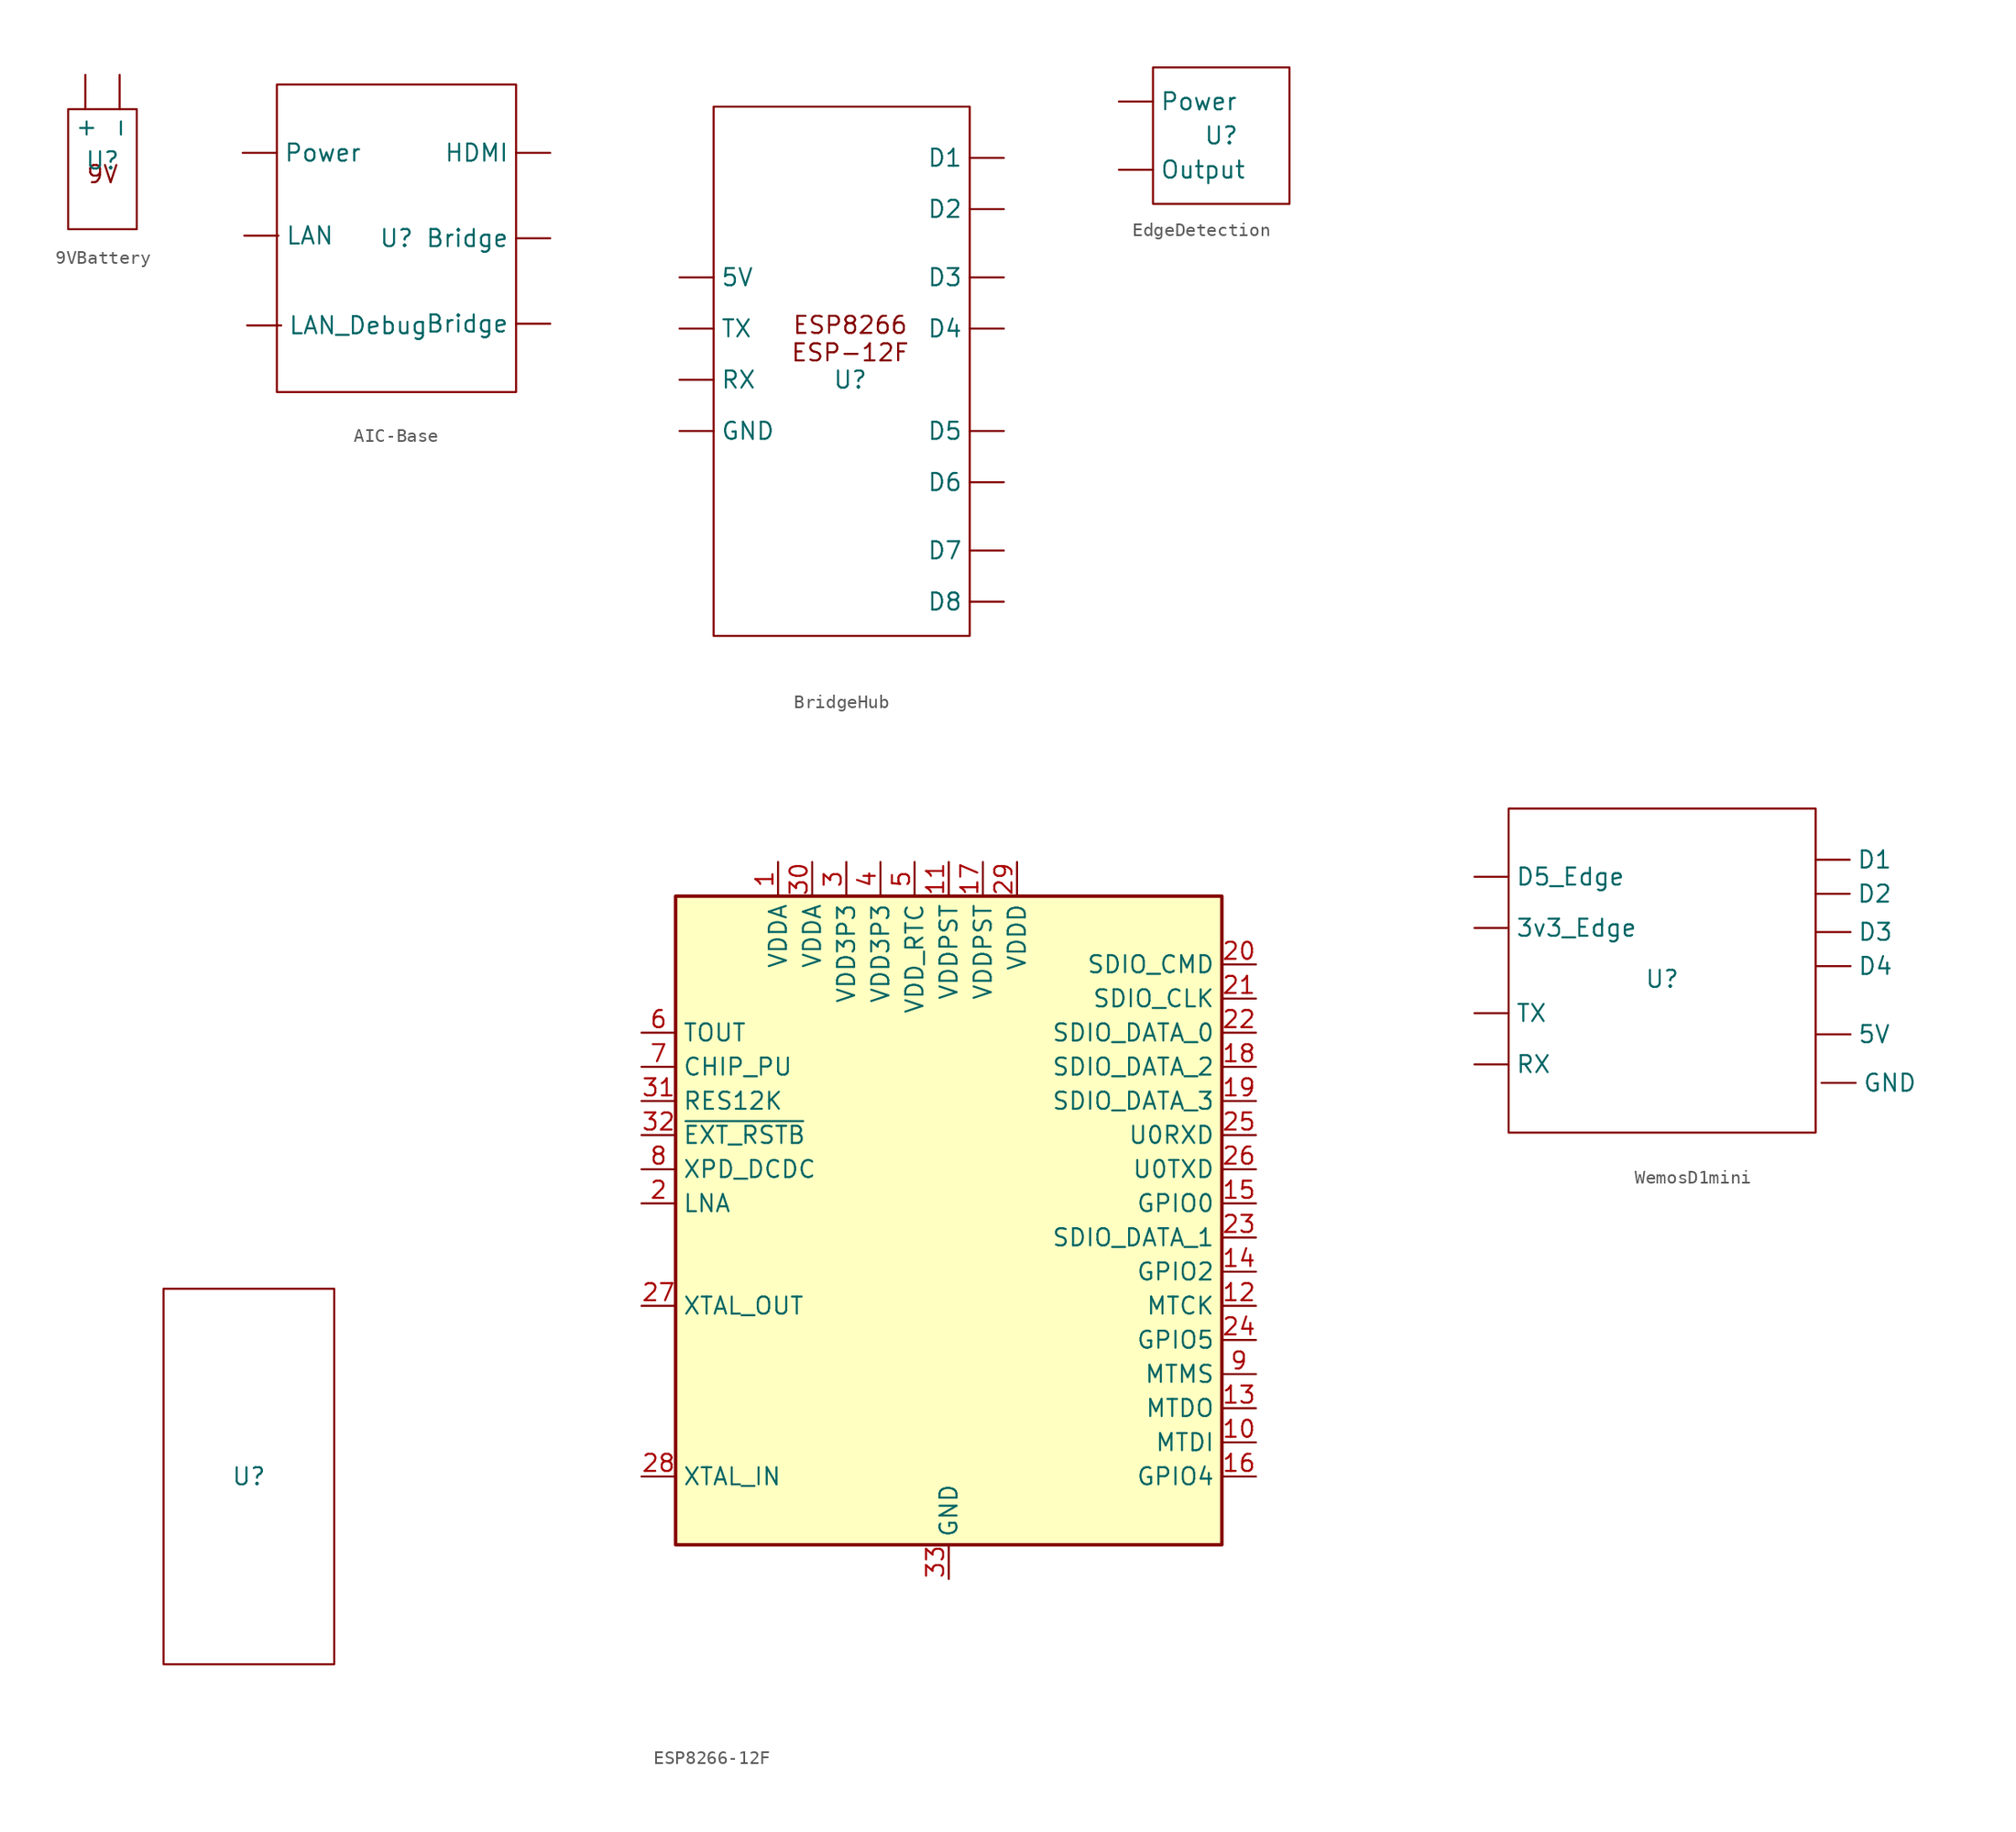
<source format=kicad_sym>
(kicad_symbol_lib
  (version 20231120)
  (generator "kicad_symbol_editor")
  (generator_version "8.0")
  (symbol "9VBattery"
    (property "Reference" "U"
      (at 0 0 0)
      (effects (font (size 1.27 1.27))))
    (property "Value" ""
      (at 0 0 0)
      (effects (font (size 1.27 1.27))))
    (symbol "9VBattery_0_1"
      (rectangle (start 2.54 3.81) (end -2.54 -5.08) (stroke (width 0) (type default)) (fill (type none))))
    (symbol "9VBattery_1_1"
      (text "9V" (at 0 -1.016 0) (effects (font (size 1.27 1.27))))
      (pin output line (at -1.27 6.35 270) (length 2.54) (name "+" (effects (font (size 1.27 1.27)))) (number "" (effects (font (size 1.27 1.27)))))
      (pin input line (at 1.27 6.35 270) (length 2.54) (name "-" (effects (font (size 1.27 1.27)))) (number "" (effects (font (size 1.27 1.27)))))))
  (symbol "AIC-Base"
    (property "Reference" "U"
      (at 0 0 0)
      (effects (font (size 1.27 1.27))))
    (property "Value" ""
      (at 0 0 0)
      (effects (font (size 1.27 1.27))))
    (symbol "AIC-Base_0_1"
      (rectangle (start -8.89 11.43) (end 8.89 -11.43) (stroke (width 0) (type default)) (fill (type none))))
    (symbol "AIC-Base_1_1"
      (pin input line (at 11.43 -6.35 180) (length 2.54) (name "Bridge" (effects (font (size 1.27 1.27)))) (number "" (effects (font (size 1.27 1.27)))))
      (pin input line (at 11.43 0 180) (length 2.54) (name "Bridge" (effects (font (size 1.27 1.27)))) (number "" (effects (font (size 1.27 1.27)))))
      (pin input line (at 11.43 6.35 180) (length 2.54) (name "HDMI" (effects (font (size 1.27 1.27)))) (number "" (effects (font (size 1.27 1.27)))))
      (pin input line (at -11.312 0.197 0) (length 2.54) (name "LAN" (effects (font (size 1.27 1.27)))) (number "" (effects (font (size 1.27 1.27)))))
      (pin input line (at -11.104 -6.478 0) (length 2.54) (name "LAN_Debug" (effects (font (size 1.27 1.27)))) (number "" (effects (font (size 1.27 1.27)))))
      (pin input line (at -11.43 6.35 0) (length 2.54) (name "Power" (effects (font (size 1.27 1.27)))) (number "" (effects (font (size 1.27 1.27)))))))
  (symbol "BridgeHub"
    (property "Reference" "U"
      (at 0 0 0)
      (effects (font (size 1.27 1.27))))
    (property "Value" ""
      (at 0 0 0)
      (effects (font (size 1.27 1.27))))
    (symbol "BridgeHub_0_1"
      (rectangle (start -10.16 20.32) (end 8.89 -19.05) (stroke (width 0) (type default)) (fill (type none))))
    (symbol "BridgeHub_1_1"
      (text "ESP8266\nESP-12F" (at 0 3.048 0) (effects (font (size 1.27 1.27))))
      (pin input line (at -12.7 7.62 0) (length 2.54) (name "5V" (effects (font (size 1.27 1.27)))) (number "" (effects (font (size 1.27 1.27)))))
      (pin output line (at 11.43 16.51 180) (length 2.54) (name "D1" (effects (font (size 1.27 1.27)))) (number "" (effects (font (size 1.27 1.27)))))
      (pin output line (at 11.43 12.7 180) (length 2.54) (name "D2" (effects (font (size 1.27 1.27)))) (number "" (effects (font (size 1.27 1.27)))))
      (pin output line (at 11.43 7.62 180) (length 2.54) (name "D3" (effects (font (size 1.27 1.27)))) (number "" (effects (font (size 1.27 1.27)))))
      (pin output line (at 11.43 3.81 180) (length 2.54) (name "D4" (effects (font (size 1.27 1.27)))) (number "" (effects (font (size 1.27 1.27)))))
      (pin output line (at 11.43 -3.81 180) (length 2.54) (name "D5" (effects (font (size 1.27 1.27)))) (number "" (effects (font (size 1.27 1.27)))))
      (pin output line (at 11.43 -7.62 180) (length 2.54) (name "D6" (effects (font (size 1.27 1.27)))) (number "" (effects (font (size 1.27 1.27)))))
      (pin output line (at 11.43 -12.7 180) (length 2.54) (name "D7" (effects (font (size 1.27 1.27)))) (number "" (effects (font (size 1.27 1.27)))))
      (pin output line (at 11.43 -16.51 180) (length 2.54) (name "D8" (effects (font (size 1.27 1.27)))) (number "" (effects (font (size 1.27 1.27)))))
      (pin input line (at -12.7 -3.81 0) (length 2.54) (name "GND" (effects (font (size 1.27 1.27)))) (number "" (effects (font (size 1.27 1.27)))))
      (pin input line (at -12.7 0 0) (length 2.54) (name "RX" (effects (font (size 1.27 1.27)))) (number "" (effects (font (size 1.27 1.27)))))
      (pin input line (at -12.7 3.81 0) (length 2.54) (name "TX" (effects (font (size 1.27 1.27)))) (number "" (effects (font (size 1.27 1.27)))))))
  (symbol "EdgeDetection"
    (property "Reference" "U"
      (at 0 0 0)
      (effects (font (size 1.27 1.27))))
    (property "Value" ""
      (at 0 0 0)
      (effects (font (size 1.27 1.27))))
    (symbol "EdgeDetection_0_1"
      (rectangle (start -5.08 5.08) (end 5.08 -5.08) (stroke (width 0) (type default)) (fill (type none))))
    (symbol "EdgeDetection_1_1"
      (pin output line (at -7.62 -2.54 0) (length 2.54) (name "Output" (effects (font (size 1.27 1.27)))) (number "" (effects (font (size 1.27 1.27)))))
      (pin input line (at -7.62 2.54 0) (length 2.54) (name "Power" (effects (font (size 1.27 1.27)))) (number "" (effects (font (size 1.27 1.27)))))))
  (symbol "ESP8266-12F"
    (property "Reference" "U"
      (at 0 0 0)
      (effects (font (size 1.27 1.27))))
    (property "Value" ""
      (at 0 0 0)
      (effects (font (size 1.27 1.27))))
    (symbol "ESP8266-12F_0_1"
      (rectangle (start -6.35 13.97) (end 6.35 -13.97) (stroke (width 0) (type default)) (fill (type none)))
      (rectangle (start 31.75 43.18) (end 72.39 -5.08) (stroke (width 0.254) (type default)) (fill (type background))))
    (symbol "ESP8266-12F_1_1"
      (pin power_in line (at 39.37 45.72 270) (length 2.54) (name "VDDA" (effects (font (size 1.27 1.27)))) (number "1" (effects (font (size 1.27 1.27)))))
      (pin bidirectional line (at 74.93 2.54 180) (length 2.54) (name "MTDI" (effects (font (size 1.27 1.27)))) (number "10" (effects (font (size 1.27 1.27)))))
      (pin power_in line (at 52.07 45.72 270) (length 2.54) (name "VDDPST" (effects (font (size 1.27 1.27)))) (number "11" (effects (font (size 1.27 1.27)))))
      (pin bidirectional line (at 74.93 12.7 180) (length 2.54) (name "MTCK" (effects (font (size 1.27 1.27)))) (number "12" (effects (font (size 1.27 1.27)))))
      (pin bidirectional line (at 74.93 5.08 180) (length 2.54) (name "MTDO" (effects (font (size 1.27 1.27)))) (number "13" (effects (font (size 1.27 1.27)))))
      (pin bidirectional line (at 74.93 15.24 180) (length 2.54) (name "GPIO2" (effects (font (size 1.27 1.27)))) (number "14" (effects (font (size 1.27 1.27)))))
      (pin bidirectional line (at 74.93 20.32 180) (length 2.54) (name "GPIO0" (effects (font (size 1.27 1.27)))) (number "15" (effects (font (size 1.27 1.27)))))
      (pin bidirectional line (at 74.93 0 180) (length 2.54) (name "GPIO4" (effects (font (size 1.27 1.27)))) (number "16" (effects (font (size 1.27 1.27)))))
      (pin power_in line (at 54.61 45.72 270) (length 2.54) (name "VDDPST" (effects (font (size 1.27 1.27)))) (number "17" (effects (font (size 1.27 1.27)))))
      (pin bidirectional line (at 74.93 30.48 180) (length 2.54) (name "SDIO_DATA_2" (effects (font (size 1.27 1.27)))) (number "18" (effects (font (size 1.27 1.27)))))
      (pin bidirectional line (at 74.93 27.94 180) (length 2.54) (name "SDIO_DATA_3" (effects (font (size 1.27 1.27)))) (number "19" (effects (font (size 1.27 1.27)))))
      (pin bidirectional line (at 29.21 20.32 0) (length 2.54) (name "LNA" (effects (font (size 1.27 1.27)))) (number "2" (effects (font (size 1.27 1.27)))))
      (pin bidirectional line (at 74.93 38.1 180) (length 2.54) (name "SDIO_CMD" (effects (font (size 1.27 1.27)))) (number "20" (effects (font (size 1.27 1.27)))))
      (pin bidirectional line (at 74.93 35.56 180) (length 2.54) (name "SDIO_CLK" (effects (font (size 1.27 1.27)))) (number "21" (effects (font (size 1.27 1.27)))))
      (pin bidirectional line (at 74.93 33.02 180) (length 2.54) (name "SDIO_DATA_0" (effects (font (size 1.27 1.27)))) (number "22" (effects (font (size 1.27 1.27)))))
      (pin bidirectional line (at 74.93 17.78 180) (length 2.54) (name "SDIO_DATA_1" (effects (font (size 1.27 1.27)))) (number "23" (effects (font (size 1.27 1.27)))))
      (pin bidirectional line (at 74.93 10.16 180) (length 2.54) (name "GPIO5" (effects (font (size 1.27 1.27)))) (number "24" (effects (font (size 1.27 1.27)))))
      (pin bidirectional line (at 74.93 25.4 180) (length 2.54) (name "U0RXD" (effects (font (size 1.27 1.27)))) (number "25" (effects (font (size 1.27 1.27)))))
      (pin bidirectional line (at 74.93 22.86 180) (length 2.54) (name "U0TXD" (effects (font (size 1.27 1.27)))) (number "26" (effects (font (size 1.27 1.27)))))
      (pin bidirectional line (at 29.21 12.7 0) (length 2.54) (name "XTAL_OUT" (effects (font (size 1.27 1.27)))) (number "27" (effects (font (size 1.27 1.27)))))
      (pin bidirectional line (at 29.21 0 0) (length 2.54) (name "XTAL_IN" (effects (font (size 1.27 1.27)))) (number "28" (effects (font (size 1.27 1.27)))))
      (pin power_in line (at 57.15 45.72 270) (length 2.54) (name "VDDD" (effects (font (size 1.27 1.27)))) (number "29" (effects (font (size 1.27 1.27)))))
      (pin power_in line (at 44.45 45.72 270) (length 2.54) (name "VDD3P3" (effects (font (size 1.27 1.27)))) (number "3" (effects (font (size 1.27 1.27)))))
      (pin power_in line (at 41.91 45.72 270) (length 2.54) (name "VDDA" (effects (font (size 1.27 1.27)))) (number "30" (effects (font (size 1.27 1.27)))))
      (pin input line (at 29.21 27.94 0) (length 2.54) (name "RES12K" (effects (font (size 1.27 1.27)))) (number "31" (effects (font (size 1.27 1.27)))))
      (pin input line (at 29.21 25.4 0) (length 2.54) (name "~{EXT_RSTB}" (effects (font (size 1.27 1.27)))) (number "32" (effects (font (size 1.27 1.27)))))
      (pin power_in line (at 52.07 -7.62 90) (length 2.54) (name "GND" (effects (font (size 1.27 1.27)))) (number "33" (effects (font (size 1.27 1.27)))))
      (pin power_in line (at 46.99 45.72 270) (length 2.54) (name "VDD3P3" (effects (font (size 1.27 1.27)))) (number "4" (effects (font (size 1.27 1.27)))))
      (pin power_in line (at 49.53 45.72 270) (length 2.54) (name "VDD_RTC" (effects (font (size 1.27 1.27)))) (number "5" (effects (font (size 1.27 1.27)))))
      (pin input line (at 29.21 33.02 0) (length 2.54) (name "TOUT" (effects (font (size 1.27 1.27)))) (number "6" (effects (font (size 1.27 1.27)))))
      (pin input line (at 29.21 30.48 0) (length 2.54) (name "CHIP_PU" (effects (font (size 1.27 1.27)))) (number "7" (effects (font (size 1.27 1.27)))))
      (pin bidirectional line (at 29.21 22.86 0) (length 2.54) (name "XPD_DCDC" (effects (font (size 1.27 1.27)))) (number "8" (effects (font (size 1.27 1.27)))))
      (pin bidirectional line (at 74.93 7.62 180) (length 2.54) (name "MTMS" (effects (font (size 1.27 1.27)))) (number "9" (effects (font (size 1.27 1.27)))))))
  (symbol "WemosD1mini"
    (property "Reference" "U"
      (at 0 0 0)
      (effects (font (size 1.27 1.27))))
    (property "Value" ""
      (at 0 0 0)
      (effects (font (size 1.27 1.27))))
    (symbol "WemosD1mini_0_1"
      (rectangle (start -11.43 12.7) (end 11.43 -11.43) (stroke (width 0) (type default)) (fill (type none))))
    (symbol "WemosD1mini_1_1"
      (pin output line (at -13.97 3.81 0) (length 2.54) (name "3v3_Edge" (effects (font (size 1.27 1.27)))) (number "" (effects (font (size 1.27 1.27)))))
      (pin output line (at 11.492 -4.115 0) (length 2.54) (name "5V" (effects (font (size 1.27 1.27)))) (number "" (effects (font (size 1.27 1.27)))))
      (pin output line (at 11.43 8.89 0) (length 2.54) (name "D1" (effects (font (size 1.27 1.27)))) (number "" (effects (font (size 1.27 1.27)))))
      (pin output line (at 11.43 6.35 0) (length 2.54) (name "D2" (effects (font (size 1.27 1.27)))) (number "" (effects (font (size 1.27 1.27)))))
      (pin output line (at 11.492 3.505 0) (length 2.54) (name "D3" (effects (font (size 1.27 1.27)))) (number "" (effects (font (size 1.27 1.27)))))
      (pin output line (at 11.492 0.965 0) (length 2.54) (name "D4" (effects (font (size 1.27 1.27)))) (number "" (effects (font (size 1.27 1.27)))))
      (pin input line (at -13.97 7.62 0) (length 2.54) (name "D5_Edge" (effects (font (size 1.27 1.27)))) (number "" (effects (font (size 1.27 1.27)))))
      (pin output line (at 11.873 -7.729 0) (length 2.54) (name "GND" (effects (font (size 1.27 1.27)))) (number "" (effects (font (size 1.27 1.27)))))
      (pin input line (at -13.97 -6.35 0) (length 2.54) (name "RX" (effects (font (size 1.27 1.27)))) (number "" (effects (font (size 1.27 1.27)))))
      (pin input line (at -13.97 -2.54 0) (length 2.54) (name "TX" (effects (font (size 1.27 1.27)))) (number "" (effects (font (size 1.27 1.27))))))))
</source>
